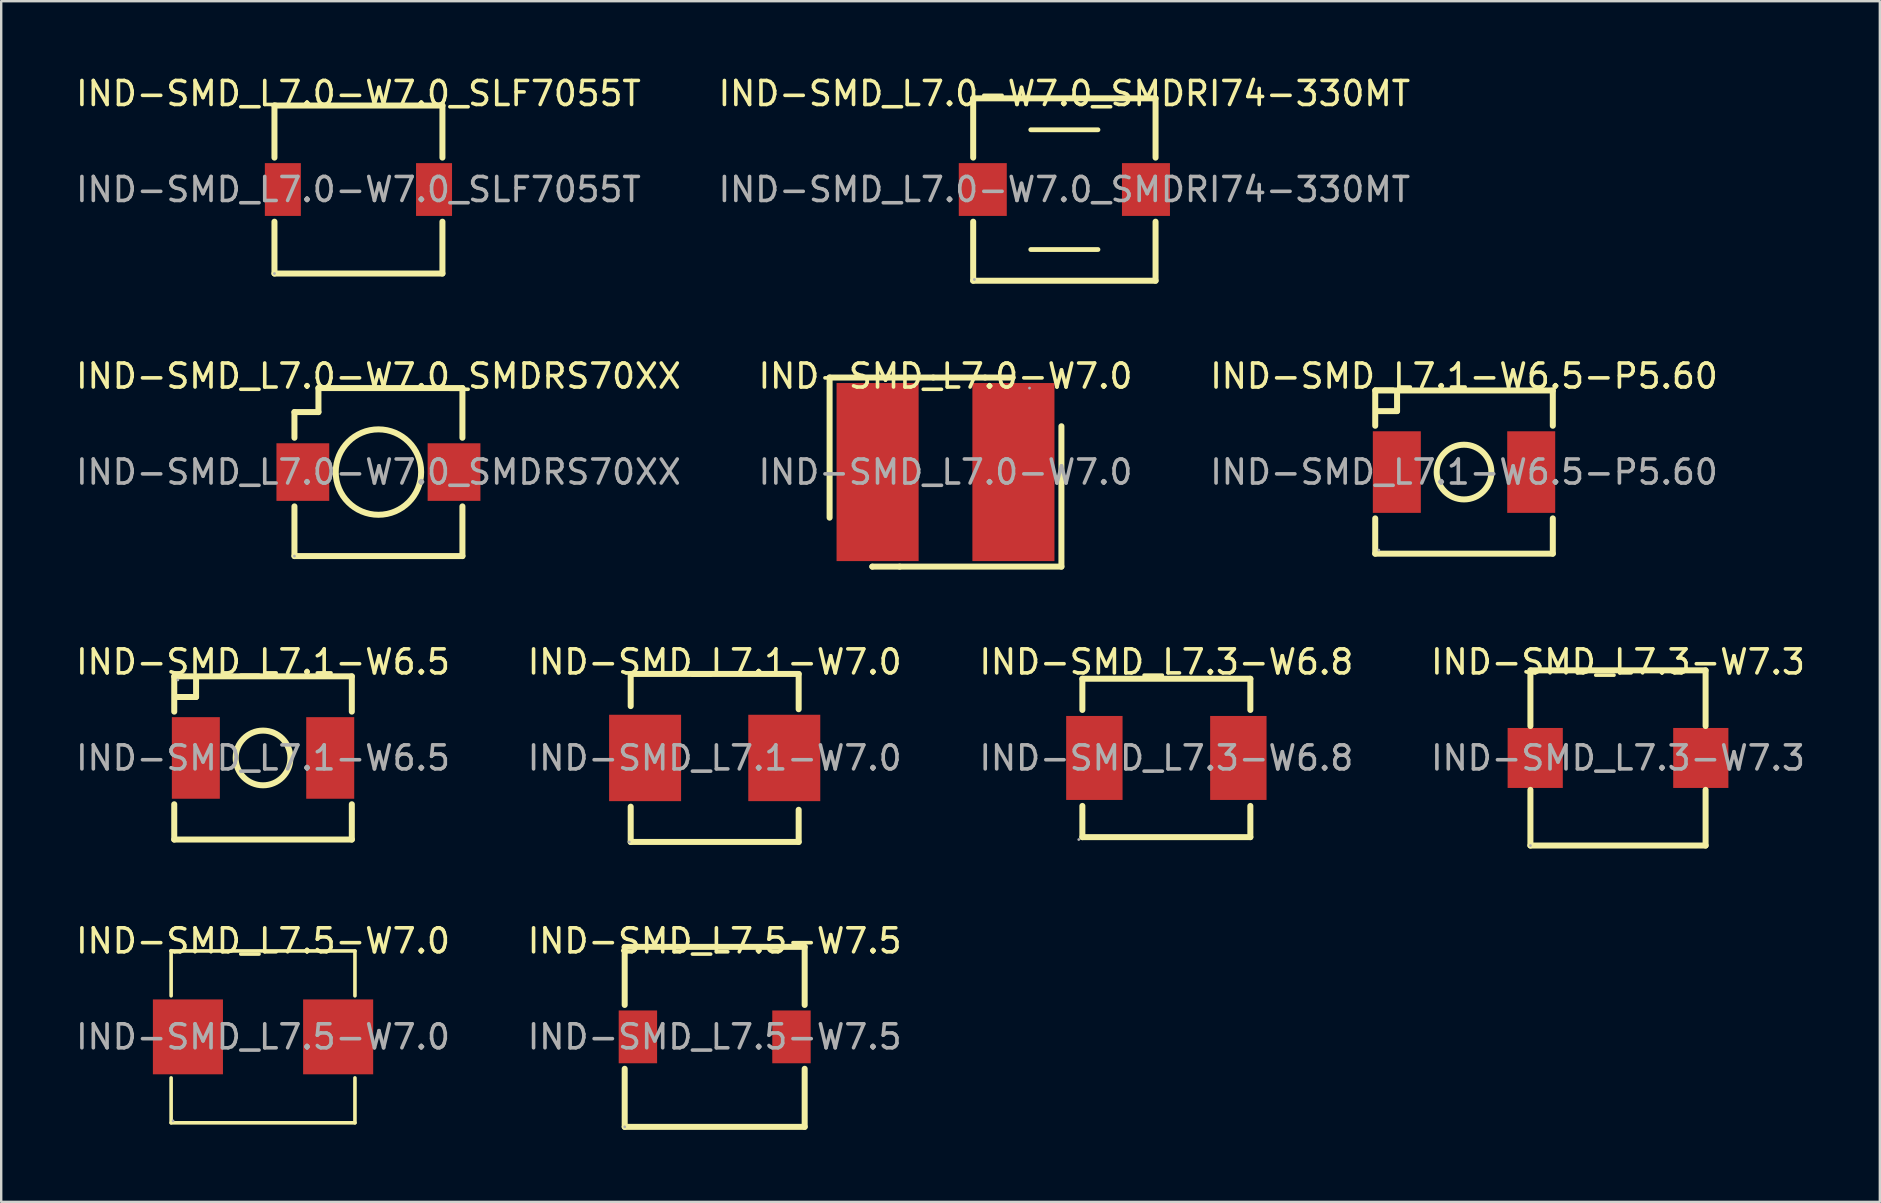
<source format=kicad_pcb>
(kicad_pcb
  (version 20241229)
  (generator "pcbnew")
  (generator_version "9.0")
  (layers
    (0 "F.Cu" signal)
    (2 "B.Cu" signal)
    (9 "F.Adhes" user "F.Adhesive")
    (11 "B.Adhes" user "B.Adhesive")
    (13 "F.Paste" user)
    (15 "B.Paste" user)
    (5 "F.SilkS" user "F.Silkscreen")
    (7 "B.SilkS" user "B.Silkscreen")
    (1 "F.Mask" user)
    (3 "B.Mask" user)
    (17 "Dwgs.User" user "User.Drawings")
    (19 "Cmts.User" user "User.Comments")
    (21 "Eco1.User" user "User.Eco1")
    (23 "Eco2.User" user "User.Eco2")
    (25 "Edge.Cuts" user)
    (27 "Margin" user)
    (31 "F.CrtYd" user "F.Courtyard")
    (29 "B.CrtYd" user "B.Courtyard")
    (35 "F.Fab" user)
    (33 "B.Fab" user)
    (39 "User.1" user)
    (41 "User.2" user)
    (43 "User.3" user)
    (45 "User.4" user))
  (footprint "IND-SMD_L7.1-W6.5"
    (layer "F.Cu")
    (at 7.911 28.535)
    (property "Reference" "IND-SMD_L7.1-W6.5" (at 0 -4 0) (layer "F.SilkS") (effects (font (size 1 1) (thickness 0.15))))
    (attr through_hole)
    (fp_line (start -3.7 -3.4) (end 3.7 -3.4) (stroke (width 0.25) (type solid)) (layer "F.SilkS"))
    (fp_line (start -3.7 -1.93) (end -3.7 -3.4) (stroke (width 0.25) (type solid)) (layer "F.SilkS"))
    (fp_line (start -3.7 3.4) (end -3.7 1.93) (stroke (width 0.25) (type solid)) (layer "F.SilkS"))
    (fp_line (start -2.79 -3.3) (end -2.79 -2.54) (stroke (width 0.25) (type solid)) (layer "F.SilkS"))
    (fp_line (start -2.79 -2.54) (end -3.56 -2.54) (stroke (width 0.25) (type solid)) (layer "F.SilkS"))
    (fp_line (start 3.7 -3.4) (end 3.7 -1.93) (stroke (width 0.25) (type solid)) (layer "F.SilkS"))
    (fp_line (start 3.7 1.93) (end 3.7 3.4) (stroke (width 0.25) (type solid)) (layer "F.SilkS"))
    (fp_line (start 3.7 3.4) (end -3.7 3.4) (stroke (width 0.25) (type solid)) (layer "F.SilkS"))
    (fp_circle (center 0 0) (end 1.14 0) (stroke (width 0.25) (type solid)) (fill no) (layer "F.SilkS"))
    (fp_circle (center -3.55 -3.25) (end -3.52 -3.25) (stroke (width 0.06) (type solid)) (fill no) (layer "F.Fab"))
    (fp_text user "${REFERENCE}" (at 0 0 0) (layer "F.Fab") (effects (font (size 1 1) (thickness 0.15))))
    (pad "1" smd rect (at -2.8 0) (size 2 3.4) (layers "F.Cu" "F.Mask" "F.Paste"))
    (pad "2" smd rect (at 2.8 0) (size 2 3.4) (layers "F.Cu" "F.Mask" "F.Paste")))
  (footprint "IND-SMD_L7.0-W7.0_SMDRS70XX"
    (layer "F.Cu")
    (at 12.72 16.622)
    (property "Reference" "IND-SMD_L7.0-W7.0_SMDRS70XX" (at 0 -4 0) (layer "F.SilkS") (effects (font (size 1 1) (thickness 0.15))))
    (attr through_hole)
    (fp_line (start -3.5 -2.5) (end -3.5 -1.43) (stroke (width 0.25) (type solid)) (layer "F.SilkS"))
    (fp_line (start -3.5 1.43) (end -3.5 3.5) (stroke (width 0.25) (type solid)) (layer "F.SilkS"))
    (fp_line (start -3.5 3.5) (end 3.5 3.5) (stroke (width 0.25) (type solid)) (layer "F.SilkS"))
    (fp_line (start -2.5 -3.5) (end -2.5 -2.5) (stroke (width 0.25) (type solid)) (layer "F.SilkS"))
    (fp_line (start -2.5 -2.5) (end -3.5 -2.5) (stroke (width 0.25) (type solid)) (layer "F.SilkS"))
    (fp_line (start 3.5 -3.5) (end -2.5 -3.5) (stroke (width 0.25) (type solid)) (layer "F.SilkS"))
    (fp_line (start 3.5 -1.43) (end 3.5 -3.5) (stroke (width 0.25) (type solid)) (layer "F.SilkS"))
    (fp_line (start 3.5 3.5) (end 3.5 1.43) (stroke (width 0.25) (type solid)) (layer "F.SilkS"))
    (fp_circle (center 0 0) (end 1.78 0) (stroke (width 0.25) (type solid)) (fill no) (layer "F.SilkS"))
    (fp_circle (center -3.5 3.5) (end -3.47 3.5) (stroke (width 0.06) (type solid)) (fill no) (layer "F.Fab"))
    (fp_text user "${REFERENCE}" (at 0 0 0) (layer "F.Fab") (effects (font (size 1 1) (thickness 0.15))))
    (pad "1" smd rect (at -3.15 0) (size 2.2 2.4) (layers "F.Cu" "F.Mask" "F.Paste"))
    (pad "2" smd rect (at 3.15 0) (size 2.2 2.4) (layers "F.Cu" "F.Mask" "F.Paste")))
  (footprint "IND-SMD_L7.0-W7.0_SMDRI74-330MT"
    (layer "F.Cu")
    (at 41.304 4.848)
    (property "Reference" "IND-SMD_L7.0-W7.0_SMDRI74-330MT" (at 0 -4 0) (layer "F.SilkS") (effects (font (size 1 1) (thickness 0.15))))
    (attr through_hole)
    (fp_line (start -3.8 -3.8) (end 3.8 -3.8) (stroke (width 0.25) (type solid)) (layer "F.SilkS"))
    (fp_line (start -3.8 -1.33) (end -3.8 -3.8) (stroke (width 0.25) (type solid)) (layer "F.SilkS"))
    (fp_line (start -3.8 3.8) (end -3.8 1.34) (stroke (width 0.25) (type solid)) (layer "F.SilkS"))
    (fp_line (start -1.4 -2.49) (end 1.4 -2.49) (stroke (width 0.2) (type solid)) (layer "F.SilkS"))
    (fp_line (start -1.4 2.5) (end 1.4 2.5) (stroke (width 0.2) (type solid)) (layer "F.SilkS"))
    (fp_line (start 3.8 -3.8) (end 3.8 -1.33) (stroke (width 0.25) (type solid)) (layer "F.SilkS"))
    (fp_line (start 3.8 1.34) (end 3.8 3.8) (stroke (width 0.25) (type solid)) (layer "F.SilkS"))
    (fp_line (start 3.8 3.8) (end -3.8 3.8) (stroke (width 0.25) (type solid)) (layer "F.SilkS"))
    (fp_circle (center -3.75 3.75) (end -3.72 3.75) (stroke (width 0.06) (type solid)) (fill no) (layer "F.Fab"))
    (fp_text user "${REFERENCE}" (at 0 0 0) (layer "F.Fab") (effects (font (size 1 1) (thickness 0.15))))
    (pad "1" smd rect (at -3.4 0 270) (size 2.2 2) (layers "F.Cu" "F.Mask" "F.Paste"))
    (pad "2" smd rect (at 3.4 0 270) (size 2.2 2) (layers "F.Cu" "F.Mask" "F.Paste")))
  (footprint "IND-SMD_L7.0-W7.0_SLF7055T"
    (layer "F.Cu")
    (at 11.887 4.848)
    (property "Reference" "IND-SMD_L7.0-W7.0_SLF7055T" (at 0 -4 0) (layer "F.SilkS") (effects (font (size 1 1) (thickness 0.15))))
    (attr through_hole)
    (fp_line (start -3.5 -3.5) (end -3.5 -1.33) (stroke (width 0.25) (type solid)) (layer "F.SilkS"))
    (fp_line (start -3.5 -3.5) (end 3.5 -3.5) (stroke (width 0.25) (type solid)) (layer "F.SilkS"))
    (fp_line (start -3.5 1.34) (end -3.5 3.5) (stroke (width 0.25) (type solid)) (layer "F.SilkS"))
    (fp_line (start -3.5 3.5) (end 3.5 3.5) (stroke (width 0.25) (type solid)) (layer "F.SilkS"))
    (fp_line (start 3.5 -1.33) (end 3.5 -3.5) (stroke (width 0.25) (type solid)) (layer "F.SilkS"))
    (fp_line (start 3.5 3.5) (end 3.5 1.34) (stroke (width 0.25) (type solid)) (layer "F.SilkS"))
    (fp_circle (center -3.5 3.5) (end -3.47 3.5) (stroke (width 0.06) (type solid)) (fill no) (layer "F.Fab"))
    (fp_text user "${REFERENCE}" (at 0 0 0) (layer "F.Fab") (effects (font (size 1 1) (thickness 0.15))))
    (pad "1" smd rect (at -3.15 0 270) (size 2.2 1.5) (layers "F.Cu" "F.Mask" "F.Paste"))
    (pad "2" smd rect (at 3.15 0 270) (size 2.2 1.5) (layers "F.Cu" "F.Mask" "F.Paste")))
  (footprint "IND-SMD_L7.5-W7.5"
    (layer "F.Cu")
    (at 26.732 40.158)
    (property "Reference" "IND-SMD_L7.5-W7.5" (at 0 -4 0) (layer "F.SilkS") (effects (font (size 1 1) (thickness 0.15))))
    (attr through_hole)
    (fp_line (start -3.75 -3.75) (end -3.75 -1.33) (stroke (width 0.25) (type solid)) (layer "F.SilkS"))
    (fp_line (start -3.75 -3.75) (end 3.75 -3.75) (stroke (width 0.25) (type solid)) (layer "F.SilkS"))
    (fp_line (start -3.75 1.33) (end -3.75 3.75) (stroke (width 0.25) (type solid)) (layer "F.SilkS"))
    (fp_line (start 3.75 -1.33) (end 3.75 -3.75) (stroke (width 0.25) (type solid)) (layer "F.SilkS"))
    (fp_line (start 3.75 3.75) (end -3.75 3.75) (stroke (width 0.25) (type solid)) (layer "F.SilkS"))
    (fp_line (start 3.75 3.75) (end 3.75 1.33) (stroke (width 0.25) (type solid)) (layer "F.SilkS"))
    (fp_circle (center -3.75 3.75) (end -3.72 3.75) (stroke (width 0.06) (type solid)) (fill no) (layer "F.Fab"))
    (fp_text user "${REFERENCE}" (at 0 0 0) (layer "F.Fab") (effects (font (size 1 1) (thickness 0.15))))
    (pad "1" smd rect (at -3.2 0 90) (size 2.2 1.6) (layers "F.Cu" "F.Mask" "F.Paste"))
    (pad "2" smd rect (at 3.2 0 90) (size 2.2 1.6) (layers "F.Cu" "F.Mask" "F.Paste")))
  (footprint "IND-SMD_L7.1-W6.5-P5.60"
    (layer "F.Cu")
    (at 57.958 16.622)
    (property "Reference" "IND-SMD_L7.1-W6.5-P5.60" (at 0 -4 0) (layer "F.SilkS") (effects (font (size 1 1) (thickness 0.15))))
    (attr through_hole)
    (fp_line (start -3.7 -3.4) (end -3.7 -1.93) (stroke (width 0.25) (type solid)) (layer "F.SilkS"))
    (fp_line (start -3.7 -3.4) (end 3.7 -3.4) (stroke (width 0.25) (type solid)) (layer "F.SilkS"))
    (fp_line (start -3.7 1.93) (end -3.7 3.4) (stroke (width 0.25) (type solid)) (layer "F.SilkS"))
    (fp_line (start -2.79 -3.3) (end -2.79 -2.54) (stroke (width 0.25) (type solid)) (layer "F.SilkS"))
    (fp_line (start -2.79 -2.54) (end -3.56 -2.54) (stroke (width 0.25) (type solid)) (layer "F.SilkS"))
    (fp_line (start 3.7 -3.4) (end 3.7 -1.93) (stroke (width 0.25) (type solid)) (layer "F.SilkS"))
    (fp_line (start 3.7 1.93) (end 3.7 3.4) (stroke (width 0.25) (type solid)) (layer "F.SilkS"))
    (fp_line (start 3.7 3.4) (end -3.7 3.4) (stroke (width 0.25) (type solid)) (layer "F.SilkS"))
    (fp_circle (center 0 0) (end 1.14 0) (stroke (width 0.25) (type solid)) (fill no) (layer "F.SilkS"))
    (fp_circle (center -3.55 3.25) (end -3.52 3.25) (stroke (width 0.06) (type solid)) (fill no) (layer "F.Fab"))
    (fp_text user "${REFERENCE}" (at 0 0 0) (layer "F.Fab") (effects (font (size 1 1) (thickness 0.15))))
    (pad "1" smd rect (at -2.8 0) (size 2 3.4) (layers "F.Cu" "F.Mask" "F.Paste"))
    (pad "2" smd rect (at 2.8 0) (size 2 3.4) (layers "F.Cu" "F.Mask" "F.Paste")))
  (footprint "IND-SMD_L7.1-W7.0"
    (layer "F.Cu")
    (at 26.732 28.535)
    (property "Reference" "IND-SMD_L7.1-W7.0" (at 0 -4 0) (layer "F.SilkS") (effects (font (size 1 1) (thickness 0.15))))
    (attr through_hole)
    (fp_line (start -3.5 -3.5) (end -3.5 -2.16) (stroke (width 0.25) (type solid)) (layer "F.SilkS"))
    (fp_line (start -3.5 -3.5) (end 3.5 -3.5) (stroke (width 0.25) (type solid)) (layer "F.SilkS"))
    (fp_line (start -3.5 3.5) (end -3.5 2.03) (stroke (width 0.25) (type solid)) (layer "F.SilkS"))
    (fp_line (start -3.5 3.5) (end 3.5 3.5) (stroke (width 0.25) (type solid)) (layer "F.SilkS"))
    (fp_line (start 3.5 -3.5) (end 3.5 -2.03) (stroke (width 0.25) (type solid)) (layer "F.SilkS"))
    (fp_line (start 3.5 3.5) (end 3.5 2.16) (stroke (width 0.25) (type solid)) (layer "F.SilkS"))
    (fp_circle (center -3.56 3.5) (end -3.53 3.5) (stroke (width 0.06) (type solid)) (fill no) (layer "F.Fab"))
    (fp_text user "${REFERENCE}" (at 0 0 0) (layer "F.Fab") (effects (font (size 1 1) (thickness 0.15))))
    (pad "1" smd rect (at -2.9 0) (size 3 3.6) (layers "F.Cu" "F.Mask" "F.Paste"))
    (pad "2" smd rect (at 2.9 0) (size 3 3.6) (layers "F.Cu" "F.Mask" "F.Paste")))
  (footprint "IND-SMD_L7.3-W7.3"
    (layer "F.Cu")
    (at 64.375 28.535)
    (property "Reference" "IND-SMD_L7.3-W7.3" (at 0 -4 0) (layer "F.SilkS") (effects (font (size 1 1) (thickness 0.15))))
    (attr through_hole)
    (fp_line (start -3.65 -3.65) (end 3.65 -3.65) (stroke (width 0.25) (type solid)) (layer "F.SilkS"))
    (fp_line (start -3.65 -1.33) (end -3.65 -3.65) (stroke (width 0.25) (type solid)) (layer "F.SilkS"))
    (fp_line (start -3.65 3.65) (end -3.65 1.33) (stroke (width 0.25) (type solid)) (layer "F.SilkS"))
    (fp_line (start 3.65 -3.65) (end 3.65 -1.33) (stroke (width 0.25) (type solid)) (layer "F.SilkS"))
    (fp_line (start 3.65 1.33) (end 3.65 3.65) (stroke (width 0.25) (type solid)) (layer "F.SilkS"))
    (fp_line (start 3.65 3.65) (end -3.65 3.65) (stroke (width 0.25) (type solid)) (layer "F.SilkS"))
    (fp_circle (center -3.65 3.65) (end -3.62 3.65) (stroke (width 0.06) (type solid)) (fill no) (layer "F.Fab"))
    (fp_text user "${REFERENCE}" (at 0 0 0) (layer "F.Fab") (effects (font (size 1 1) (thickness 0.15))))
    (pad "1" smd rect (at -3.45 0) (size 2.3 2.5) (layers "F.Cu" "F.Mask" "F.Paste"))
    (pad "2" smd rect (at 3.45 0) (size 2.3 2.5) (layers "F.Cu" "F.Mask" "F.Paste")))
  (footprint "IND-SMD_L7.3-W6.8"
    (layer "F.Cu")
    (at 45.554 28.535)
    (property "Reference" "IND-SMD_L7.3-W6.8" (at 0 -4 0) (layer "F.SilkS") (effects (font (size 1 1) (thickness 0.15))))
    (attr through_hole)
    (fp_line (start -3.5 -3.3) (end -3.5 -2) (stroke (width 0.25) (type solid)) (layer "F.SilkS"))
    (fp_line (start -3.5 -3.3) (end 3.5 -3.3) (stroke (width 0.25) (type solid)) (layer "F.SilkS"))
    (fp_line (start -3.5 2) (end -3.5 3.3) (stroke (width 0.25) (type solid)) (layer "F.SilkS"))
    (fp_line (start -3.5 3.3) (end 3.5 3.3) (stroke (width 0.25) (type solid)) (layer "F.SilkS"))
    (fp_line (start 3.5 -3.3) (end 3.5 -2) (stroke (width 0.25) (type solid)) (layer "F.SilkS"))
    (fp_line (start 3.5 2) (end 3.5 3.3) (stroke (width 0.25) (type solid)) (layer "F.SilkS"))
    (fp_circle (center -3.65 3.4) (end -3.62 3.4) (stroke (width 0.06) (type solid)) (fill no) (layer "F.Fab"))
    (fp_text user "${REFERENCE}" (at 0 0 0) (layer "F.Fab") (effects (font (size 1 1) (thickness 0.15))))
    (pad "1" smd rect (at -3 0) (size 2.35 3.5) (layers "F.Cu" "F.Mask" "F.Paste"))
    (pad "2" smd rect (at 3 0) (size 2.35 3.5) (layers "F.Cu" "F.Mask" "F.Paste")))
  (footprint "IND-SMD_L7.5-W7.0"
    (layer "F.Cu")
    (at 7.911 40.158)
    (property "Reference" "IND-SMD_L7.5-W7.0" (at 0 -4 0) (layer "F.SilkS") (effects (font (size 1 1) (thickness 0.15))))
    (attr through_hole)
    (fp_line (start -3.83 -3.58) (end 3.83 -3.58) (stroke (width 0.15) (type solid)) (layer "F.SilkS"))
    (fp_line (start -3.83 -1.71) (end -3.83 -3.58) (stroke (width 0.15) (type solid)) (layer "F.SilkS"))
    (fp_line (start -3.83 1.71) (end -3.83 3.58) (stroke (width 0.15) (type solid)) (layer "F.SilkS"))
    (fp_line (start -3.83 3.58) (end 3.83 3.58) (stroke (width 0.15) (type solid)) (layer "F.SilkS"))
    (fp_line (start 3.83 -3.58) (end 3.83 -1.71) (stroke (width 0.15) (type solid)) (layer "F.SilkS"))
    (fp_line (start 3.83 3.58) (end 3.83 1.71) (stroke (width 0.15) (type solid)) (layer "F.SilkS"))
    (fp_circle (center -3.75 3.5) (end -3.72 3.5) (stroke (width 0.06) (type solid)) (fill no) (layer "F.Fab"))
    (fp_text user "${REFERENCE}" (at 0 0 0) (layer "F.Fab") (effects (font (size 1 1) (thickness 0.15))))
    (pad "1" smd rect (at 3.13 0) (size 2.92 3.12) (layers "F.Cu" "F.Mask" "F.Paste"))
    (pad "2" smd rect (at -3.13 0) (size 2.92 3.12) (layers "F.Cu" "F.Mask" "F.Paste")))
  (footprint "IND-SMD_L7.0-W7.0"
    (layer "F.Cu")
    (at 36.351 16.622)
    (property "Reference" "IND-SMD_L7.0-W7.0" (at 0 -4 0) (layer "F.SilkS") (effects (font (size 1 1) (thickness 0.15))))
    (attr through_hole)
    (fp_line (start -4.83 -3.94) (end -0.51 -3.94) (stroke (width 0.25) (type solid)) (layer "F.SilkS"))
    (fp_line (start -4.83 1.9) (end -4.83 -3.94) (stroke (width 0.25) (type solid)) (layer "F.SilkS"))
    (fp_line (start -3.05 3.94) (end -3.05 3.94) (stroke (width 0.25) (type solid)) (layer "F.SilkS"))
    (fp_line (start -1.91 3.94) (end -3.05 3.94) (stroke (width 0.25) (type solid)) (layer "F.SilkS"))
    (fp_line (start -0.51 -3.94) (end 1.65 -3.94) (stroke (width 0.25) (type solid)) (layer "F.SilkS"))
    (fp_line (start 1.65 -3.94) (end 2.79 -3.94) (stroke (width 0.25) (type solid)) (layer "F.SilkS"))
    (fp_line (start 2.79 -3.94) (end 2.79 -3.94) (stroke (width 0.25) (type solid)) (layer "F.SilkS"))
    (fp_line (start 4.83 -1.91) (end 4.83 3.94) (stroke (width 0.25) (type solid)) (layer "F.SilkS"))
    (fp_line (start 4.83 3.94) (end -1.91 3.94) (stroke (width 0.25) (type solid)) (layer "F.SilkS"))
    (fp_circle (center 3.5 -3.5) (end 3.53 -3.5) (stroke (width 0.06) (type solid)) (fill no) (layer "F.Fab"))
    (fp_text user "${REFERENCE}" (at 0 0 0) (layer "F.Fab") (effects (font (size 1 1) (thickness 0.15))))
    (pad "1" smd rect (at 2.83 0) (size 3.42 7.42) (layers "F.Cu" "F.Mask" "F.Paste"))
    (pad "2" smd rect (at -2.83 0) (size 3.42 7.42) (layers "F.Cu" "F.Mask" "F.Paste")))
  (gr_rect
    (start -3 -3)
    (end 75.286 47.033)
    (stroke (width 0.1) (type default))
    (fill no)
    (layer "Edge.Cuts")))
</source>
